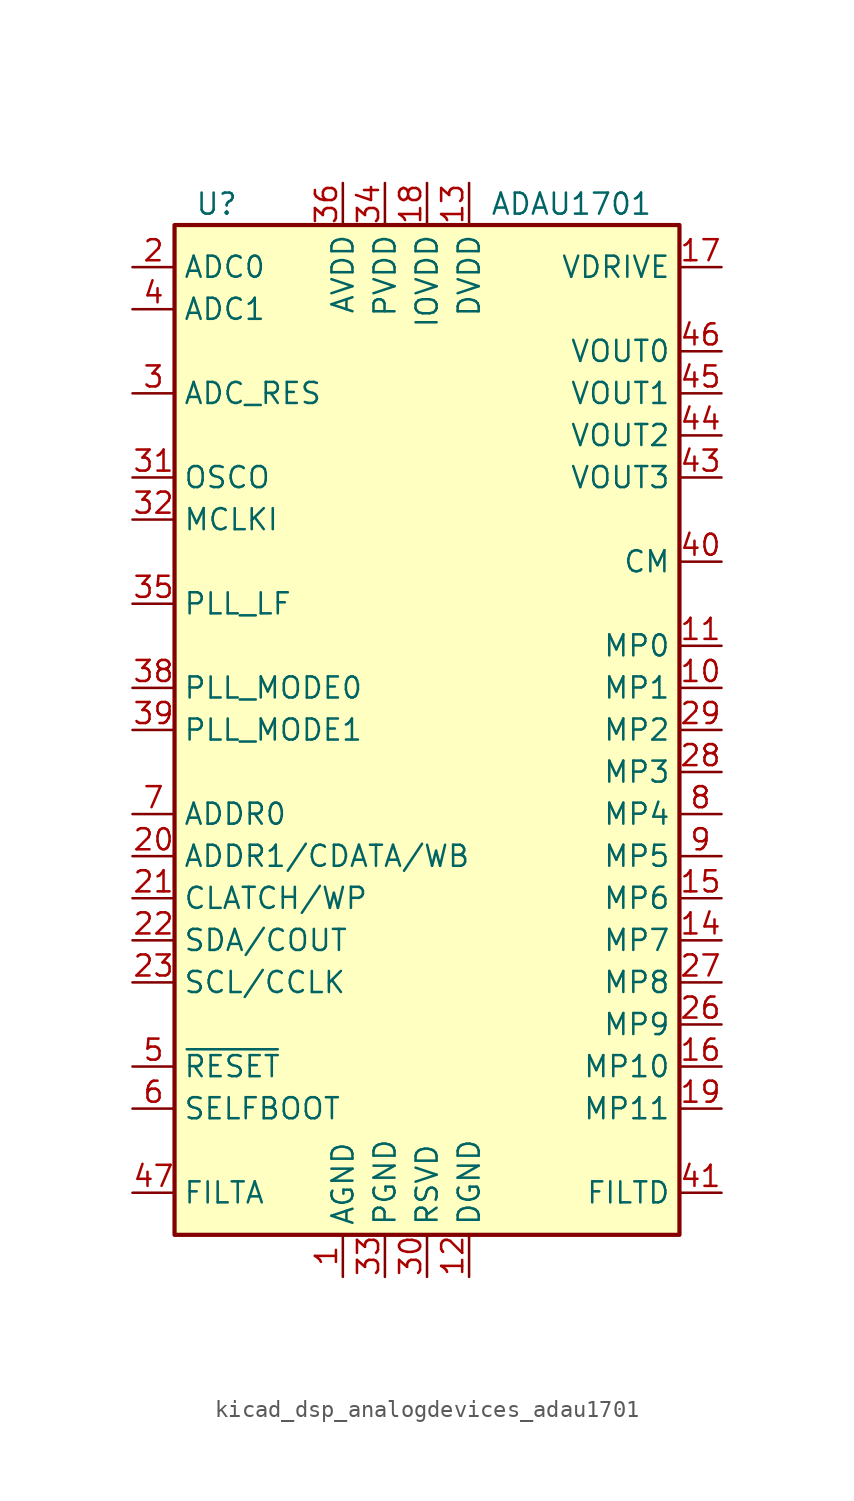
<source format=kicad_sym>
(kicad_symbol_lib
  (version 20220914)
  (generator kicad_symbol_editor)
  (symbol "kicad_dsp_analogdevices_adau1701"
    (property "Reference" "U"
      (at -12.7 31.75 0)
      (effects (font (size 1.27 1.27))))
    (property "Value" "ADAU1701"
      (at 3.81 31.75 0)
      (effects (font (size 1.27 1.27)) (justify left)))
    (symbol "kicad_dsp_analogdevices_adau1701_0_1"
      (rectangle (start -15.24 30.48) (end 15.24 -30.48) (stroke (width 0.254) (type default)) (fill (type background))))
    (symbol "kicad_dsp_analogdevices_adau1701_1_1"
      (pin power_in line (at -5.08 -33.02 90) (length 2.54) (name "AGND" (effects (font (size 1.27 1.27)))) (number "1" (effects (font (size 1.27 1.27)))))
      (pin bidirectional line (at 17.78 2.54 180) (length 2.54) (name "MP1" (effects (font (size 1.27 1.27)))) (number "10" (effects (font (size 1.27 1.27)))))
      (pin bidirectional line (at 17.78 5.08 180) (length 2.54) (name "MP0" (effects (font (size 1.27 1.27)))) (number "11" (effects (font (size 1.27 1.27)))))
      (pin power_in line (at 2.54 -33.02 90) (length 2.54) (name "DGND" (effects (font (size 1.27 1.27)))) (number "12" (effects (font (size 1.27 1.27)))))
      (pin power_in line (at 2.54 33.02 270) (length 2.54) (name "DVDD" (effects (font (size 1.27 1.27)))) (number "13" (effects (font (size 1.27 1.27)))))
      (pin bidirectional line (at 17.78 -12.7 180) (length 2.54) (name "MP7" (effects (font (size 1.27 1.27)))) (number "14" (effects (font (size 1.27 1.27)))))
      (pin bidirectional line (at 17.78 -10.16 180) (length 2.54) (name "MP6" (effects (font (size 1.27 1.27)))) (number "15" (effects (font (size 1.27 1.27)))))
      (pin bidirectional line (at 17.78 -20.32 180) (length 2.54) (name "MP10" (effects (font (size 1.27 1.27)))) (number "16" (effects (font (size 1.27 1.27)))))
      (pin output line (at 17.78 27.94 180) (length 2.54) (name "VDRIVE" (effects (font (size 1.27 1.27)))) (number "17" (effects (font (size 1.27 1.27)))))
      (pin power_in line (at 0 33.02 270) (length 2.54) (name "IOVDD" (effects (font (size 1.27 1.27)))) (number "18" (effects (font (size 1.27 1.27)))))
      (pin bidirectional line (at 17.78 -22.86 180) (length 2.54) (name "MP11" (effects (font (size 1.27 1.27)))) (number "19" (effects (font (size 1.27 1.27)))))
      (pin input line (at -17.78 27.94 0) (length 2.54) (name "ADC0" (effects (font (size 1.27 1.27)))) (number "2" (effects (font (size 1.27 1.27)))))
      (pin input line (at -17.78 -7.62 0) (length 2.54) (name "ADDR1/CDATA/WB" (effects (font (size 1.27 1.27)))) (number "20" (effects (font (size 1.27 1.27)))))
      (pin bidirectional line (at -17.78 -10.16 0) (length 2.54) (name "CLATCH/WP" (effects (font (size 1.27 1.27)))) (number "21" (effects (font (size 1.27 1.27)))))
      (pin bidirectional line (at -17.78 -12.7 0) (length 2.54) (name "SDA/COUT" (effects (font (size 1.27 1.27)))) (number "22" (effects (font (size 1.27 1.27)))))
      (pin bidirectional line (at -17.78 -15.24 0) (length 2.54) (name "SCL/CCLK" (effects (font (size 1.27 1.27)))) (number "23" (effects (font (size 1.27 1.27)))))
      (pin passive line (at 2.54 33.02 270) (length 2.54) hide (name "DVDD" (effects (font (size 1.27 1.27)))) (number "24" (effects (font (size 1.27 1.27)))))
      (pin passive line (at 2.54 -33.02 90) (length 2.54) hide (name "DGND" (effects (font (size 1.27 1.27)))) (number "25" (effects (font (size 1.27 1.27)))))
      (pin bidirectional line (at 17.78 -17.78 180) (length 2.54) (name "MP9" (effects (font (size 1.27 1.27)))) (number "26" (effects (font (size 1.27 1.27)))))
      (pin bidirectional line (at 17.78 -15.24 180) (length 2.54) (name "MP8" (effects (font (size 1.27 1.27)))) (number "27" (effects (font (size 1.27 1.27)))))
      (pin bidirectional line (at 17.78 -2.54 180) (length 2.54) (name "MP3" (effects (font (size 1.27 1.27)))) (number "28" (effects (font (size 1.27 1.27)))))
      (pin bidirectional line (at 17.78 0 180) (length 2.54) (name "MP2" (effects (font (size 1.27 1.27)))) (number "29" (effects (font (size 1.27 1.27)))))
      (pin passive line (at -17.78 20.32 0) (length 2.54) (name "ADC_RES" (effects (font (size 1.27 1.27)))) (number "3" (effects (font (size 1.27 1.27)))))
      (pin passive line (at 0 -33.02 90) (length 2.54) (name "RSVD" (effects (font (size 1.27 1.27)))) (number "30" (effects (font (size 1.27 1.27)))))
      (pin passive line (at -17.78 15.24 0) (length 2.54) (name "OSCO" (effects (font (size 1.27 1.27)))) (number "31" (effects (font (size 1.27 1.27)))))
      (pin passive line (at -17.78 12.7 0) (length 2.54) (name "MCLKI" (effects (font (size 1.27 1.27)))) (number "32" (effects (font (size 1.27 1.27)))))
      (pin power_in line (at -2.54 -33.02 90) (length 2.54) (name "PGND" (effects (font (size 1.27 1.27)))) (number "33" (effects (font (size 1.27 1.27)))))
      (pin power_in line (at -2.54 33.02 270) (length 2.54) (name "PVDD" (effects (font (size 1.27 1.27)))) (number "34" (effects (font (size 1.27 1.27)))))
      (pin passive line (at -17.78 7.62 0) (length 2.54) (name "PLL_LF" (effects (font (size 1.27 1.27)))) (number "35" (effects (font (size 1.27 1.27)))))
      (pin power_in line (at -5.08 33.02 270) (length 2.54) (name "AVDD" (effects (font (size 1.27 1.27)))) (number "36" (effects (font (size 1.27 1.27)))))
      (pin passive line (at -5.08 -33.02 90) (length 2.54) hide (name "AGND" (effects (font (size 1.27 1.27)))) (number "37" (effects (font (size 1.27 1.27)))))
      (pin input line (at -17.78 2.54 0) (length 2.54) (name "PLL_MODE0" (effects (font (size 1.27 1.27)))) (number "38" (effects (font (size 1.27 1.27)))))
      (pin input line (at -17.78 0 0) (length 2.54) (name "PLL_MODE1" (effects (font (size 1.27 1.27)))) (number "39" (effects (font (size 1.27 1.27)))))
      (pin input line (at -17.78 25.4 0) (length 2.54) (name "ADC1" (effects (font (size 1.27 1.27)))) (number "4" (effects (font (size 1.27 1.27)))))
      (pin output line (at 17.78 10.16 180) (length 2.54) (name "CM" (effects (font (size 1.27 1.27)))) (number "40" (effects (font (size 1.27 1.27)))))
      (pin output line (at 17.78 -27.94 180) (length 2.54) (name "FILTD" (effects (font (size 1.27 1.27)))) (number "41" (effects (font (size 1.27 1.27)))))
      (pin passive line (at -5.08 -33.02 90) (length 2.54) hide (name "AGND" (effects (font (size 1.27 1.27)))) (number "42" (effects (font (size 1.27 1.27)))))
      (pin output line (at 17.78 15.24 180) (length 2.54) (name "VOUT3" (effects (font (size 1.27 1.27)))) (number "43" (effects (font (size 1.27 1.27)))))
      (pin output line (at 17.78 17.78 180) (length 2.54) (name "VOUT2" (effects (font (size 1.27 1.27)))) (number "44" (effects (font (size 1.27 1.27)))))
      (pin output line (at 17.78 20.32 180) (length 2.54) (name "VOUT1" (effects (font (size 1.27 1.27)))) (number "45" (effects (font (size 1.27 1.27)))))
      (pin output line (at 17.78 22.86 180) (length 2.54) (name "VOUT0" (effects (font (size 1.27 1.27)))) (number "46" (effects (font (size 1.27 1.27)))))
      (pin output line (at -17.78 -27.94 0) (length 2.54) (name "FILTA" (effects (font (size 1.27 1.27)))) (number "47" (effects (font (size 1.27 1.27)))))
      (pin passive line (at -5.08 33.02 270) (length 2.54) hide (name "AVDD" (effects (font (size 1.27 1.27)))) (number "48" (effects (font (size 1.27 1.27)))))
      (pin input line (at -17.78 -20.32 0) (length 2.54) (name "~{RESET}" (effects (font (size 1.27 1.27)))) (number "5" (effects (font (size 1.27 1.27)))))
      (pin input line (at -17.78 -22.86 0) (length 2.54) (name "SELFBOOT" (effects (font (size 1.27 1.27)))) (number "6" (effects (font (size 1.27 1.27)))))
      (pin input line (at -17.78 -5.08 0) (length 2.54) (name "ADDR0" (effects (font (size 1.27 1.27)))) (number "7" (effects (font (size 1.27 1.27)))))
      (pin bidirectional line (at 17.78 -5.08 180) (length 2.54) (name "MP4" (effects (font (size 1.27 1.27)))) (number "8" (effects (font (size 1.27 1.27)))))
      (pin bidirectional line (at 17.78 -7.62 180) (length 2.54) (name "MP5" (effects (font (size 1.27 1.27)))) (number "9" (effects (font (size 1.27 1.27))))))))
</source>
